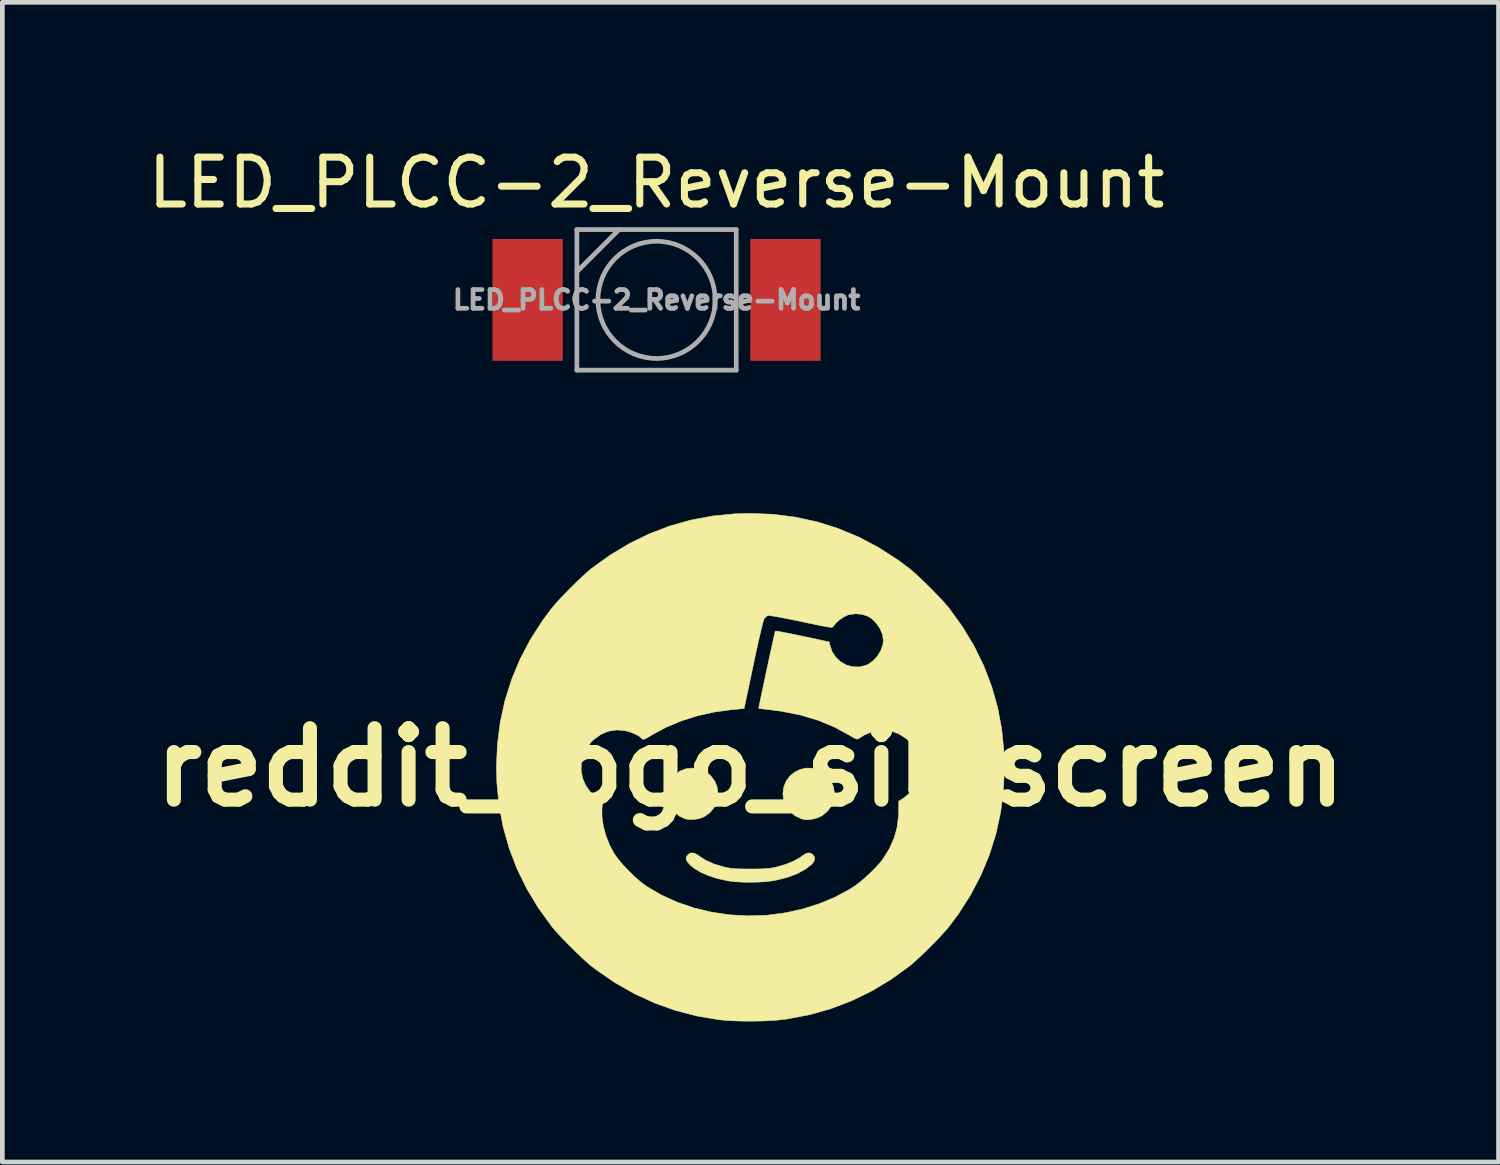
<source format=kicad_pcb>
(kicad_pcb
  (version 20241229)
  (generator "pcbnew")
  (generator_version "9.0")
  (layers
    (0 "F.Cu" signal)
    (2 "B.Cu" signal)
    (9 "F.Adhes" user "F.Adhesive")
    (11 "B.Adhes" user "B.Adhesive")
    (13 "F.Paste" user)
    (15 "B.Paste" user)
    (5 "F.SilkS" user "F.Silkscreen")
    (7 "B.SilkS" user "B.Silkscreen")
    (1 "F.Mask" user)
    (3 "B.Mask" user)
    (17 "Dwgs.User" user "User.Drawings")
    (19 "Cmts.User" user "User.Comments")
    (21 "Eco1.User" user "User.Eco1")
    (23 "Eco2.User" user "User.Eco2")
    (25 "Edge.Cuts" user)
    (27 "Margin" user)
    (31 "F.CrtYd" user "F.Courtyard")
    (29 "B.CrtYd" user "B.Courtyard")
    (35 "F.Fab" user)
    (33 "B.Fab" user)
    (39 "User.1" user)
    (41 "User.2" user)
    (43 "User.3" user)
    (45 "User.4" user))
  (footprint "LED_PLCC-2_Reverse-Mount"
    (layer "F.Cu")
    (at 10.958 3.348)
    (property "Reference" "LED_PLCC-2_Reverse-Mount" (at 0 -2.5 0) (layer "F.SilkS") (effects (font (size 1 1) (thickness 0.15))))
    (attr smd)
    (fp_line (start -1.7 -1.5) (end -1.7 1.5) (stroke (width 0.1) (type solid)) (layer "F.Fab"))
    (fp_line (start -1.7 -0.6) (end -0.8 -1.5) (stroke (width 0.1) (type solid)) (layer "F.Fab"))
    (fp_line (start -1.7 1.5) (end 1.7 1.5) (stroke (width 0.1) (type solid)) (layer "F.Fab"))
    (fp_line (start 1.7 -1.5) (end -1.7 -1.5) (stroke (width 0.1) (type solid)) (layer "F.Fab"))
    (fp_line (start 1.7 1.5) (end 1.7 -1.5) (stroke (width 0.1) (type solid)) (layer "F.Fab"))
    (fp_circle (center 0 0) (end 0 -1.25) (stroke (width 0.1) (type solid)) (fill no) (layer "F.Fab"))
    (fp_text user "${REFERENCE}" (at 0 0 0) (layer "F.Fab") (effects (font (size 0.4 0.4) (thickness 0.1))))
    (pad "1" smd rect (at -2.75 0) (size 1.5 2.6) (layers "F.Cu" "F.Mask" "F.Paste"))
    (pad "2" smd rect (at 2.75 0) (size 1.5 2.6) (layers "F.Cu" "F.Mask" "F.Paste")))
  (footprint "reddit_logo_silkscreen"
    (layer "F.Cu")
    (at 12.961 13.322)
    (property "Reference" "reddit_logo_silkscreen" (at 0 0 0) (layer "F.SilkS") (effects (font (size 1.524 1.524) (thickness 0.3))))
    (attr through_hole)
    (fp_poly (pts (xy 1.319 0.018) (xy 1.448 0.052) (xy 1.569 0.121) (xy 1.626 0.171) (xy 1.718 0.289) (xy 1.773 0.421) (xy 1.793 0.557) (xy 1.777 0.693) (xy 1.728 0.822) (xy 1.645 0.936) (xy 1.531 1.029) (xy 1.508 1.043) (xy 1.406 1.086) (xy 1.292 1.111) (xy 1.182 1.117) (xy 1.101 1.103) (xy 0.955 1.036) (xy 0.839 0.94) (xy 0.755 0.821) (xy 0.705 0.681) (xy 0.693 0.559) (xy 0.712 0.416) (xy 0.764 0.29) (xy 0.843 0.185) (xy 0.945 0.102) (xy 1.062 0.045) (xy 1.188 0.016) (xy 1.319 0.018)) (stroke (width 0.01) (type solid)) (fill yes) (layer "F.SilkS"))
    (fp_poly (pts (xy -1.104 0.031) (xy -0.973 0.083) (xy -0.859 0.168) (xy -0.85 0.178) (xy -0.758 0.298) (xy -0.707 0.43) (xy -0.693 0.558) (xy -0.713 0.712) (xy -0.77 0.849) (xy -0.863 0.965) (xy -0.989 1.055) (xy -1.003 1.062) (xy -1.093 1.094) (xy -1.202 1.112) (xy -1.31 1.113) (xy -1.389 1.1) (xy -1.507 1.045) (xy -1.617 0.96) (xy -1.705 0.856) (xy -1.723 0.826) (xy -1.76 0.753) (xy -1.78 0.689) (xy -1.787 0.615) (xy -1.788 0.561) (xy -1.775 0.423) (xy -1.732 0.308) (xy -1.655 0.201) (xy -1.626 0.171) (xy -1.511 0.084) (xy -1.381 0.032) (xy -1.242 0.015) (xy -1.104 0.031)) (stroke (width 0.01) (type solid)) (fill yes) (layer "F.SilkS"))
    (fp_poly (pts (xy 1.32 1.851) (xy 1.333 1.863) (xy 1.371 1.923) (xy 1.366 1.988) (xy 1.319 2.057) (xy 1.307 2.069) (xy 1.168 2.177) (xy 0.994 2.27) (xy 0.788 2.348) (xy 0.555 2.406) (xy 0.459 2.424) (xy 0.323 2.44) (xy 0.161 2.449) (xy -0.014 2.452) (xy -0.188 2.449) (xy -0.346 2.439) (xy -0.467 2.424) (xy -0.69 2.376) (xy -0.892 2.312) (xy -1.069 2.234) (xy -1.214 2.144) (xy -1.282 2.087) (xy -1.346 2.015) (xy -1.373 1.955) (xy -1.363 1.901) (xy -1.333 1.863) (xy -1.273 1.826) (xy -1.203 1.829) (xy -1.121 1.872) (xy -1.092 1.894) (xy -0.955 1.983) (xy -0.778 2.061) (xy -0.574 2.123) (xy -0.499 2.14) (xy -0.427 2.152) (xy -0.349 2.161) (xy -0.255 2.166) (xy -0.135 2.168) (xy 0 2.169) (xy 0.149 2.168) (xy 0.265 2.165) (xy 0.357 2.16) (xy 0.434 2.151) (xy 0.506 2.138) (xy 0.576 2.122) (xy 0.757 2.068) (xy 0.919 2.001) (xy 1.054 1.927) (xy 1.109 1.887) (xy 1.19 1.835) (xy 1.26 1.824) (xy 1.32 1.851)) (stroke (width 0.01) (type solid)) (fill yes) (layer "F.SilkS"))
    (fp_poly (pts (xy 0.488 -5.399) (xy 0.962 -5.338) (xy 1.423 -5.238) (xy 1.87 -5.097) (xy 2.304 -4.917) (xy 2.725 -4.696) (xy 3.132 -4.435) (xy 3.396 -4.238) (xy 3.48 -4.167) (xy 3.585 -4.072) (xy 3.703 -3.96) (xy 3.827 -3.838) (xy 3.949 -3.714) (xy 4.062 -3.595) (xy 4.159 -3.489) (xy 4.233 -3.403) (xy 4.238 -3.396) (xy 4.526 -2.998) (xy 4.773 -2.587) (xy 4.981 -2.162) (xy 5.148 -1.724) (xy 5.276 -1.272) (xy 5.363 -0.806) (xy 5.41 -0.328) (xy 5.419 0) (xy 5.399 0.488) (xy 5.338 0.962) (xy 5.238 1.423) (xy 5.097 1.87) (xy 4.917 2.304) (xy 4.696 2.725) (xy 4.435 3.132) (xy 4.238 3.396) (xy 4.167 3.48) (xy 4.072 3.585) (xy 3.96 3.703) (xy 3.838 3.827) (xy 3.714 3.949) (xy 3.595 4.062) (xy 3.489 4.159) (xy 3.403 4.233) (xy 3.396 4.238) (xy 2.999 4.525) (xy 2.586 4.773) (xy 2.158 4.981) (xy 1.716 5.15) (xy 1.259 5.279) (xy 0.79 5.368) (xy 0.642 5.387) (xy 0.481 5.401) (xy 0.292 5.411) (xy 0.085 5.415) (xy -0.127 5.415) (xy -0.332 5.41) (xy -0.517 5.4) (xy -0.662 5.386) (xy -1.132 5.308) (xy -1.591 5.19) (xy -2.037 5.031) (xy -2.47 4.833) (xy -2.888 4.596) (xy -3.288 4.321) (xy -3.396 4.238) (xy -3.48 4.167) (xy -3.585 4.072) (xy -3.703 3.96) (xy -3.827 3.838) (xy -3.949 3.714) (xy -4.062 3.595) (xy -4.159 3.489) (xy -4.233 3.403) (xy -4.238 3.396) (xy -4.526 2.998) (xy -4.773 2.587) (xy -4.981 2.162) (xy -5.148 1.724) (xy -5.276 1.272) (xy -5.363 0.806) (xy -5.41 0.328) (xy -5.417 0.071) (xy -3.611 0.071) (xy -3.58 0.233) (xy -3.515 0.386) (xy -3.417 0.524) (xy -3.287 0.64) (xy -3.265 0.655) (xy -3.154 0.728) (xy -3.167 0.867) (xy -3.167 1.052) (xy -3.138 1.254) (xy -3.082 1.462) (xy -3.001 1.664) (xy -2.91 1.835) (xy -2.831 1.947) (xy -2.726 2.073) (xy -2.603 2.204) (xy -2.473 2.33) (xy -2.344 2.443) (xy -2.224 2.533) (xy -2.219 2.536) (xy -1.907 2.721) (xy -1.568 2.875) (xy -1.209 2.998) (xy -0.833 3.089) (xy -0.445 3.146) (xy -0.051 3.168) (xy 0.346 3.155) (xy 0.37 3.153) (xy 0.747 3.103) (xy 1.114 3.022) (xy 1.467 2.911) (xy 1.799 2.773) (xy 2.105 2.609) (xy 2.22 2.535) (xy 2.339 2.447) (xy 2.466 2.338) (xy 2.593 2.22) (xy 2.708 2.101) (xy 2.801 1.991) (xy 2.826 1.958) (xy 2.967 1.732) (xy 3.068 1.504) (xy 3.132 1.269) (xy 3.16 1.02) (xy 3.162 0.958) (xy 3.165 0.721) (xy 3.262 0.66) (xy 3.377 0.566) (xy 3.48 0.444) (xy 3.559 0.306) (xy 3.583 0.242) (xy 3.598 0.174) (xy 3.605 0.089) (xy 3.607 0) (xy 3.606 -0.102) (xy 3.6 -0.176) (xy 3.587 -0.237) (xy 3.563 -0.298) (xy 3.552 -0.322) (xy 3.456 -0.48) (xy 3.329 -0.61) (xy 3.177 -0.709) (xy 3.004 -0.774) (xy 2.936 -0.789) (xy 2.769 -0.796) (xy 2.6 -0.763) (xy 2.428 -0.688) (xy 2.305 -0.61) (xy 2.281 -0.602) (xy 2.246 -0.61) (xy 2.192 -0.637) (xy 2.114 -0.684) (xy 1.794 -0.859) (xy 1.447 -1.002) (xy 1.074 -1.114) (xy 0.675 -1.194) (xy 0.479 -1.221) (xy 0.372 -1.233) (xy 0.282 -1.244) (xy 0.215 -1.252) (xy 0.18 -1.257) (xy 0.177 -1.257) (xy 0.18 -1.278) (xy 0.191 -1.334) (xy 0.208 -1.422) (xy 0.232 -1.534) (xy 0.26 -1.666) (xy 0.291 -1.813) (xy 0.324 -1.969) (xy 0.358 -2.129) (xy 0.393 -2.288) (xy 0.425 -2.439) (xy 0.456 -2.578) (xy 0.483 -2.7) (xy 0.505 -2.799) (xy 0.521 -2.869) (xy 0.53 -2.905) (xy 0.532 -2.909) (xy 0.554 -2.908) (xy 0.612 -2.898) (xy 0.701 -2.881) (xy 0.815 -2.859) (xy 0.949 -2.832) (xy 1.098 -2.8) (xy 1.111 -2.798) (xy 1.681 -2.676) (xy 1.695 -2.611) (xy 1.743 -2.469) (xy 1.822 -2.348) (xy 1.926 -2.252) (xy 2.048 -2.183) (xy 2.181 -2.146) (xy 2.321 -2.142) (xy 2.46 -2.175) (xy 2.512 -2.198) (xy 2.618 -2.272) (xy 2.71 -2.374) (xy 2.782 -2.494) (xy 2.826 -2.619) (xy 2.836 -2.709) (xy 2.818 -2.832) (xy 2.766 -2.956) (xy 2.688 -3.073) (xy 2.592 -3.169) (xy 2.512 -3.221) (xy 2.387 -3.263) (xy 2.247 -3.277) (xy 2.11 -3.259) (xy 2.075 -3.249) (xy 1.991 -3.209) (xy 1.902 -3.148) (xy 1.823 -3.077) (xy 1.768 -3.008) (xy 1.765 -3.003) (xy 1.757 -2.994) (xy 1.74 -2.989) (xy 1.71 -2.989) (xy 1.663 -2.994) (xy 1.595 -3.005) (xy 1.502 -3.023) (xy 1.379 -3.048) (xy 1.222 -3.081) (xy 1.079 -3.111) (xy 0.898 -3.149) (xy 0.736 -3.181) (xy 0.599 -3.207) (xy 0.49 -3.226) (xy 0.414 -3.237) (xy 0.374 -3.239) (xy 0.371 -3.238) (xy 0.328 -3.21) (xy 0.294 -3.173) (xy 0.282 -3.14) (xy 0.262 -3.07) (xy 0.235 -2.965) (xy 0.203 -2.829) (xy 0.166 -2.665) (xy 0.124 -2.477) (xy 0.079 -2.268) (xy 0.063 -2.188) (xy -0.134 -1.255) (xy -0.394 -1.231) (xy -0.766 -1.18) (xy -1.128 -1.1) (xy -1.474 -0.991) (xy -1.797 -0.856) (xy -2.092 -0.698) (xy -2.108 -0.687) (xy -2.191 -0.637) (xy -2.246 -0.608) (xy -2.281 -0.597) (xy -2.305 -0.603) (xy -2.327 -0.623) (xy -2.33 -0.626) (xy -2.381 -0.668) (xy -2.462 -0.711) (xy -2.56 -0.75) (xy -2.663 -0.78) (xy -2.682 -0.784) (xy -2.858 -0.798) (xy -3.028 -0.77) (xy -3.189 -0.703) (xy -3.339 -0.596) (xy -3.39 -0.548) (xy -3.499 -0.41) (xy -3.571 -0.256) (xy -3.609 -0.094) (xy -3.611 0.071) (xy -5.417 0.071) (xy -5.419 0) (xy -5.399 -0.488) (xy -5.338 -0.962) (xy -5.238 -1.423) (xy -5.097 -1.87) (xy -4.917 -2.304) (xy -4.696 -2.725) (xy -4.435 -3.132) (xy -4.238 -3.396) (xy -4.167 -3.48) (xy -4.072 -3.585) (xy -3.96 -3.703) (xy -3.838 -3.827) (xy -3.714 -3.949) (xy -3.595 -4.062) (xy -3.489 -4.159) (xy -3.403 -4.233) (xy -3.396 -4.238) (xy -2.998 -4.526) (xy -2.587 -4.773) (xy -2.162 -4.981) (xy -1.724 -5.148) (xy -1.272 -5.276) (xy -0.806 -5.363) (xy -0.328 -5.41) (xy 0 -5.419) (xy 0.488 -5.399)) (stroke (width 0.01) (type solid)) (fill yes) (layer "F.SilkS")))
  (gr_rect
    (start -3 -3)
    (end 28.923 21.742)
    (stroke (width 0.1) (type default))
    (fill no)
    (layer "Edge.Cuts")))
</source>
